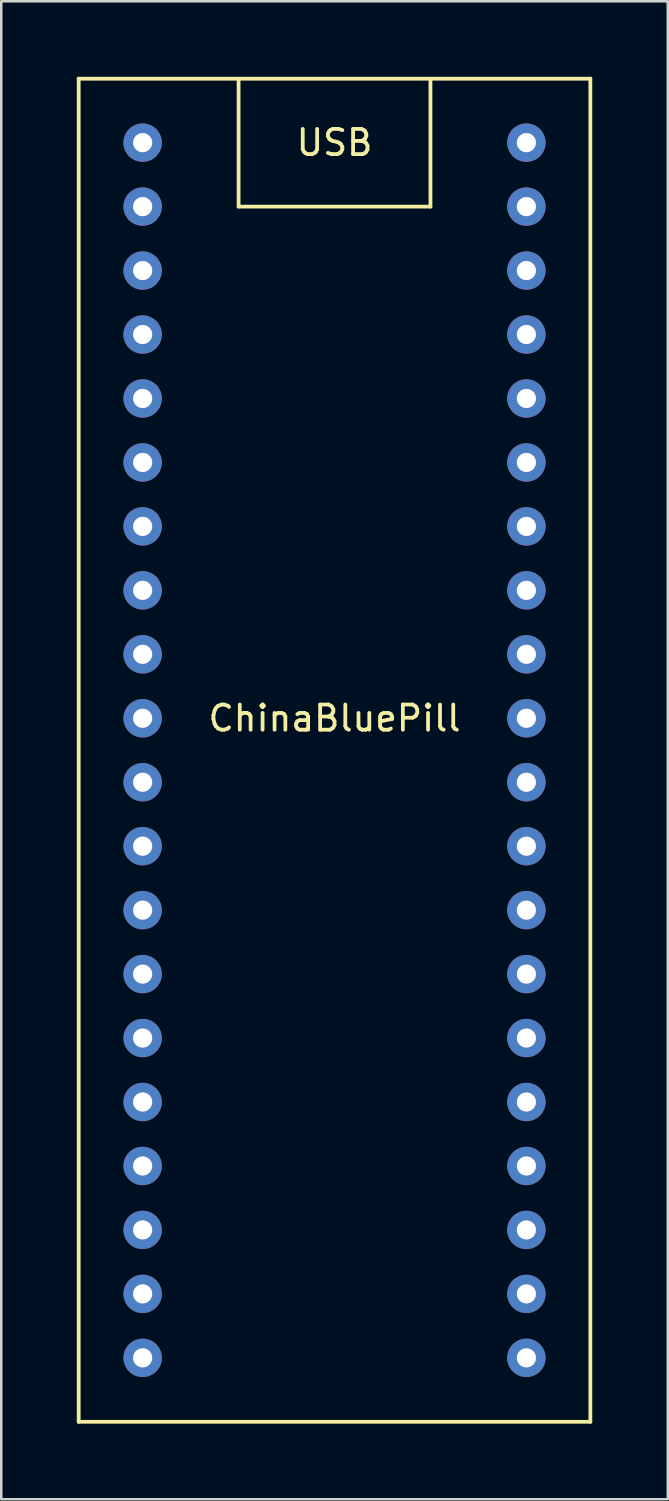
<source format=kicad_pcb>
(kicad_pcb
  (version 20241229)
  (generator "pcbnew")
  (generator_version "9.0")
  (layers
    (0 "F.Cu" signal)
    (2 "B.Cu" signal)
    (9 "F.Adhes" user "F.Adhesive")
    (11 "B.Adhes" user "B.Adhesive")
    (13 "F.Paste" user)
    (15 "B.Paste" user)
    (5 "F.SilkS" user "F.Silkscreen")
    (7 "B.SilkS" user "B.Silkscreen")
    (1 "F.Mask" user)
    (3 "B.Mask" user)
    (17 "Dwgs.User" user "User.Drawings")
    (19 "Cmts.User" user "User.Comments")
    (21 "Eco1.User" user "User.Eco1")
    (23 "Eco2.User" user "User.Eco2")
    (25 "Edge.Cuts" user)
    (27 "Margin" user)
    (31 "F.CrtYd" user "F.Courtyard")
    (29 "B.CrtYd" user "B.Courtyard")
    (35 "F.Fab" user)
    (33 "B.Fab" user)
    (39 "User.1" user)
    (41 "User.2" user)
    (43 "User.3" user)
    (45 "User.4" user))
  (footprint "ChinaBluePill"
    (layer "F.Cu")
    (at 2.615 50.875)
    (property "Reference" "ChinaBluePill" (at 7.62 -25.4 0) (layer "F.SilkS") (effects (font (size 1 1) (thickness 0.15))))
    (attr through_hole)
    (fp_line (start -2.54 -50.8) (end 17.78 -50.8) (stroke (width 0.15) (type solid)) (layer "F.SilkS"))
    (fp_line (start -2.54 2.54) (end -2.54 -50.8) (stroke (width 0.15) (type solid)) (layer "F.SilkS"))
    (fp_line (start 3.81 -50.8) (end 3.81 -45.72) (stroke (width 0.15) (type solid)) (layer "F.SilkS"))
    (fp_line (start 3.81 -45.72) (end 11.43 -45.72) (stroke (width 0.15) (type solid)) (layer "F.SilkS"))
    (fp_line (start 11.43 -45.72) (end 11.43 -50.8) (stroke (width 0.15) (type solid)) (layer "F.SilkS"))
    (fp_line (start 17.78 -50.8) (end 17.78 2.54) (stroke (width 0.15) (type solid)) (layer "F.SilkS"))
    (fp_line (start 17.78 2.54) (end -2.54 2.54) (stroke (width 0.15) (type solid)) (layer "F.SilkS"))
    (fp_text user "USB" (at 7.62 -48.26 0) (layer "F.SilkS") (effects (font (size 1 1) (thickness 0.15))))
    (pad "3V3" thru_hole circle (at 0 0 90) (size 1.524 1.524) (drill 0.762) (layers "*.Cu" "*.Mask"))
    (pad "3V3" thru_hole circle (at 15.24 -43.18 90) (size 1.524 1.524) (drill 0.762) (layers "*.Cu" "*.Mask"))
    (pad "5V" thru_hole circle (at 0 -5.08 90) (size 1.524 1.524) (drill 0.762) (layers "*.Cu" "*.Mask"))
    (pad "GND" thru_hole circle (at 0 -2.54 90) (size 1.524 1.524) (drill 0.762) (layers "*.Cu" "*.Mask"))
    (pad "GND" thru_hole circle (at 15.24 -48.26 90) (size 1.524 1.524) (drill 0.762) (layers "*.Cu" "*.Mask"))
    (pad "GND" thru_hole circle (at 15.24 -45.72 90) (size 1.524 1.524) (drill 0.762) (layers "*.Cu" "*.Mask"))
    (pad "NRST" thru_hole circle (at 15.24 -40.64 90) (size 1.524 1.524) (drill 0.762) (layers "*.Cu" "*.Mask"))
    (pad "PA0" thru_hole circle (at 15.24 -10.16 90) (size 1.524 1.524) (drill 0.762) (layers "*.Cu" "*.Mask"))
    (pad "PA1" thru_hole circle (at 15.24 -12.7 90) (size 1.524 1.524) (drill 0.762) (layers "*.Cu" "*.Mask"))
    (pad "PA2" thru_hole circle (at 15.24 -15.24 90) (size 1.524 1.524) (drill 0.762) (layers "*.Cu" "*.Mask"))
    (pad "PA3" thru_hole circle (at 15.24 -17.78 90) (size 1.524 1.524) (drill 0.762) (layers "*.Cu" "*.Mask"))
    (pad "PA4" thru_hole circle (at 15.24 -20.32 90) (size 1.524 1.524) (drill 0.762) (layers "*.Cu" "*.Mask"))
    (pad "PA5" thru_hole circle (at 15.24 -22.86 90) (size 1.524 1.524) (drill 0.762) (layers "*.Cu" "*.Mask"))
    (pad "PA6" thru_hole circle (at 15.24 -25.4 90) (size 1.524 1.524) (drill 0.762) (layers "*.Cu" "*.Mask"))
    (pad "PA7" thru_hole circle (at 15.24 -27.94 90) (size 1.524 1.524) (drill 0.762) (layers "*.Cu" "*.Mask"))
    (pad "PA8" thru_hole circle (at 0 -38.1 90) (size 1.524 1.524) (drill 0.762) (layers "*.Cu" "*.Mask"))
    (pad "PA9" thru_hole circle (at 0 -35.56 90) (size 1.524 1.524) (drill 0.762) (layers "*.Cu" "*.Mask"))
    (pad "PA10" thru_hole circle (at 0 -33.02 90) (size 1.524 1.524) (drill 0.762) (layers "*.Cu" "*.Mask"))
    (pad "PA11" thru_hole circle (at 0 -30.48 90) (size 1.524 1.524) (drill 0.762) (layers "*.Cu" "*.Mask"))
    (pad "PA12" thru_hole circle (at 0 -27.94 90) (size 1.524 1.524) (drill 0.762) (layers "*.Cu" "*.Mask"))
    (pad "PA15" thru_hole circle (at 0 -25.4 90) (size 1.524 1.524) (drill 0.762) (layers "*.Cu" "*.Mask"))
    (pad "PB0" thru_hole circle (at 15.24 -30.48 90) (size 1.524 1.524) (drill 0.762) (layers "*.Cu" "*.Mask"))
    (pad "PB1" thru_hole circle (at 15.24 -33.02 90) (size 1.524 1.524) (drill 0.762) (layers "*.Cu" "*.Mask"))
    (pad "PB3" thru_hole circle (at 0 -22.86 90) (size 1.524 1.524) (drill 0.762) (layers "*.Cu" "*.Mask"))
    (pad "PB4" thru_hole circle (at 0 -20.32 90) (size 1.524 1.524) (drill 0.762) (layers "*.Cu" "*.Mask"))
    (pad "PB5" thru_hole circle (at 0 -17.78 90) (size 1.524 1.524) (drill 0.762) (layers "*.Cu" "*.Mask"))
    (pad "PB6" thru_hole circle (at 0 -15.24 90) (size 1.524 1.524) (drill 0.762) (layers "*.Cu" "*.Mask"))
    (pad "PB7" thru_hole circle (at 0 -12.7 90) (size 1.524 1.524) (drill 0.762) (layers "*.Cu" "*.Mask"))
    (pad "PB8" thru_hole circle (at 0 -10.16 90) (size 1.524 1.524) (drill 0.762) (layers "*.Cu" "*.Mask"))
    (pad "PB9" thru_hole circle (at 0 -7.62 90) (size 1.524 1.524) (drill 0.762) (layers "*.Cu" "*.Mask"))
    (pad "PB10" thru_hole circle (at 15.24 -35.56 90) (size 1.524 1.524) (drill 0.762) (layers "*.Cu" "*.Mask"))
    (pad "PB11" thru_hole circle (at 15.24 -38.1 90) (size 1.524 1.524) (drill 0.762) (layers "*.Cu" "*.Mask"))
    (pad "PB12" thru_hole circle (at 0 -48.26 90) (size 1.524 1.524) (drill 0.762) (layers "*.Cu" "*.Mask"))
    (pad "PB13" thru_hole circle (at 0 -45.72 90) (size 1.524 1.524) (drill 0.762) (layers "*.Cu" "*.Mask"))
    (pad "PB14" thru_hole circle (at 0 -43.18 90) (size 1.524 1.524) (drill 0.762) (layers "*.Cu" "*.Mask"))
    (pad "PB15" thru_hole circle (at 0 -40.64 90) (size 1.524 1.524) (drill 0.762) (layers "*.Cu" "*.Mask"))
    (pad "PC13" thru_hole circle (at 15.24 -2.54 90) (size 1.524 1.524) (drill 0.762) (layers "*.Cu" "*.Mask"))
    (pad "PC14" thru_hole circle (at 15.24 -5.08 90) (size 1.524 1.524) (drill 0.762) (layers "*.Cu" "*.Mask"))
    (pad "PC15" thru_hole circle (at 15.24 -7.62 90) (size 1.524 1.524) (drill 0.762) (layers "*.Cu" "*.Mask"))
    (pad "VBAT" thru_hole circle (at 15.24 0 90) (size 1.524 1.524) (drill 0.762) (layers "*.Cu" "*.Mask")))
  (gr_rect
    (start -3 -3)
    (end 23.47 56.49)
    (stroke (width 0.1) (type default))
    (fill no)
    (layer "Edge.Cuts")))
</source>
